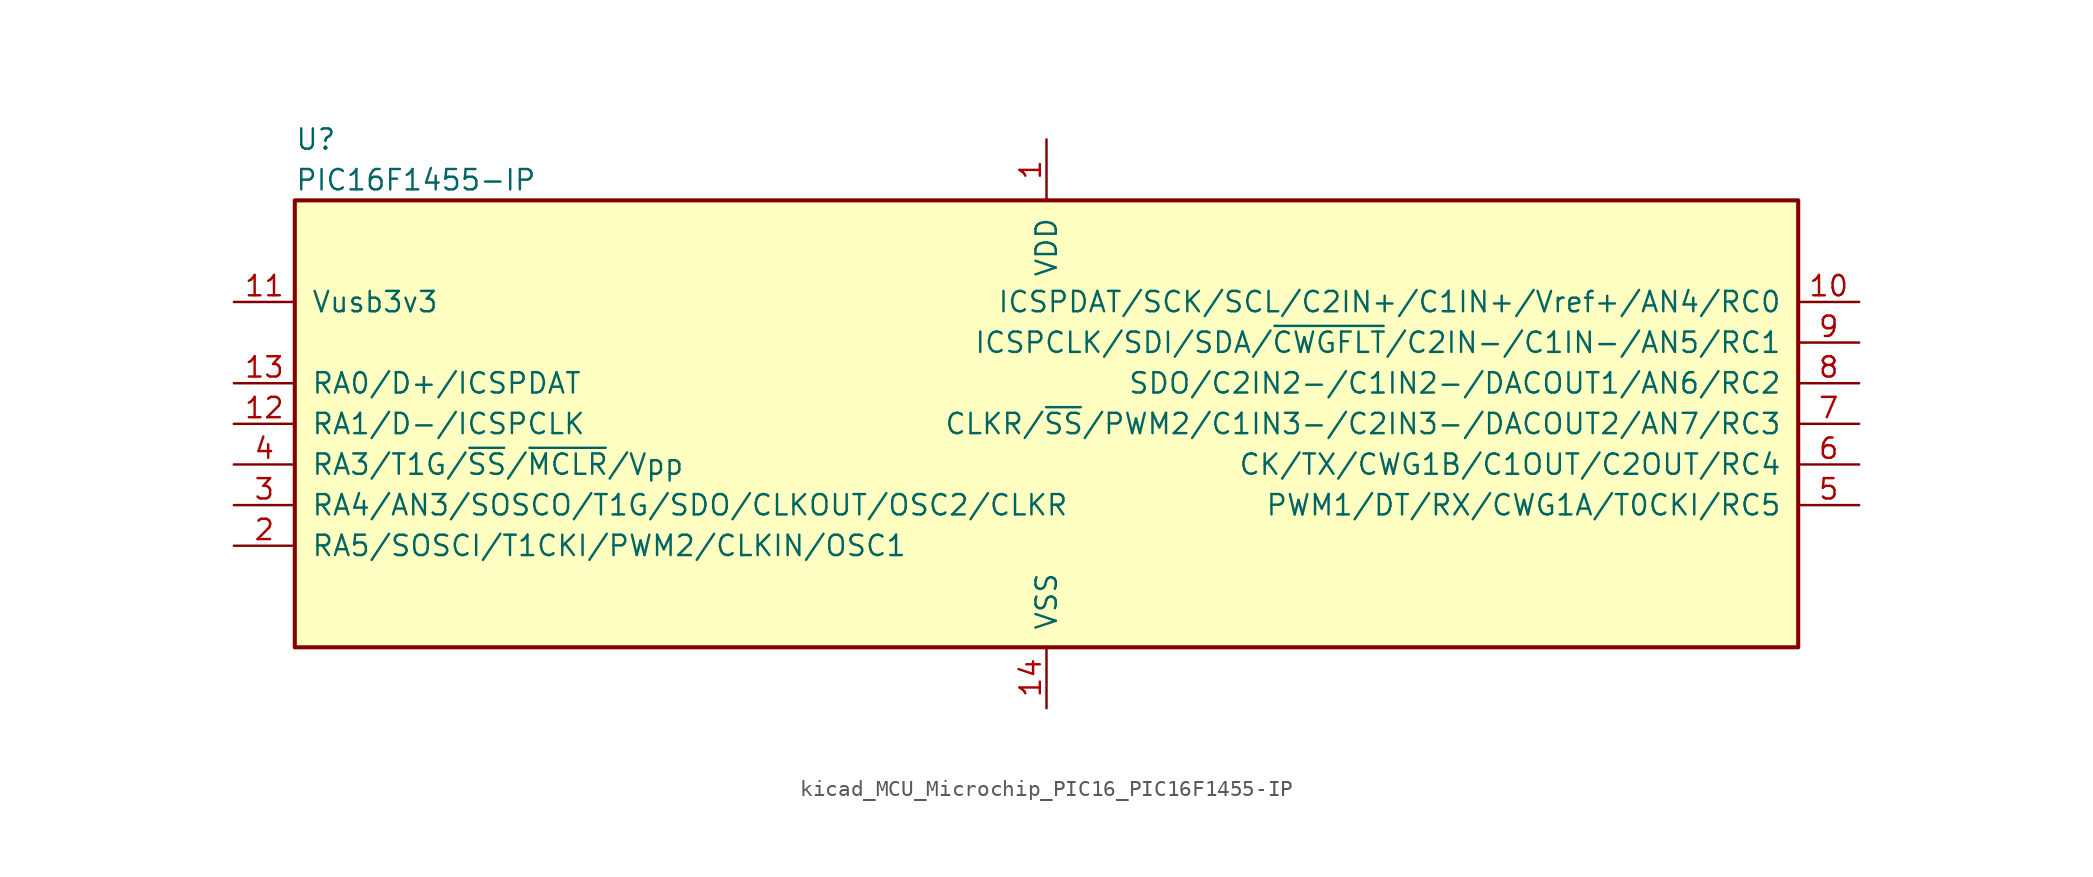
<source format=kicad_sym>
(kicad_symbol_lib
  (version 20220914)
  (generator kicad_symbol_editor)
  (symbol "kicad_MCU_Microchip_PIC16_PIC16F1455-IP"
    (pin_names
      (offset 1.016))
    (property "Reference" "U"
      (at -46.99 17.78 0)
      (effects (font (size 1.27 1.27)) (justify left)))
    (property "Value" "PIC16F1455-IP"
      (at -46.99 15.24 0)
      (effects (font (size 1.27 1.27)) (justify left)))
    (symbol "kicad_MCU_Microchip_PIC16_PIC16F1455-IP_0_1"
      (rectangle (start -46.99 13.97) (end 46.99 -13.97) (stroke (width 0.254) (type default)) (fill (type background))))
    (symbol "kicad_MCU_Microchip_PIC16_PIC16F1455-IP_1_1"
      (pin power_in line (at 0 17.78 270) (length 3.81) (name "VDD" (effects (font (size 1.27 1.27)))) (number "1" (effects (font (size 1.27 1.27)))))
      (pin bidirectional line (at 50.8 7.62 180) (length 3.81) (name "ICSPDAT/SCK/SCL/C2IN+/C1IN+/Vref+/AN4/RC0" (effects (font (size 1.27 1.27)))) (number "10" (effects (font (size 1.27 1.27)))))
      (pin bidirectional line (at -50.8 7.62 0) (length 3.81) (name "Vusb3v3" (effects (font (size 1.27 1.27)))) (number "11" (effects (font (size 1.27 1.27)))))
      (pin bidirectional line (at -50.8 0 0) (length 3.81) (name "RA1/D-/ICSPCLK" (effects (font (size 1.27 1.27)))) (number "12" (effects (font (size 1.27 1.27)))))
      (pin bidirectional line (at -50.8 2.54 0) (length 3.81) (name "RA0/D+/ICSPDAT" (effects (font (size 1.27 1.27)))) (number "13" (effects (font (size 1.27 1.27)))))
      (pin power_in line (at 0 -17.78 90) (length 3.81) (name "VSS" (effects (font (size 1.27 1.27)))) (number "14" (effects (font (size 1.27 1.27)))))
      (pin bidirectional line (at -50.8 -7.62 0) (length 3.81) (name "RA5/SOSCI/T1CKI/PWM2/CLKIN/OSC1" (effects (font (size 1.27 1.27)))) (number "2" (effects (font (size 1.27 1.27)))))
      (pin bidirectional line (at -50.8 -5.08 0) (length 3.81) (name "RA4/AN3/SOSCO/T1G/SDO/CLKOUT/OSC2/CLKR" (effects (font (size 1.27 1.27)))) (number "3" (effects (font (size 1.27 1.27)))))
      (pin input line (at -50.8 -2.54 0) (length 3.81) (name "RA3/T1G/~{SS}/~{MCLR}/Vpp" (effects (font (size 1.27 1.27)))) (number "4" (effects (font (size 1.27 1.27)))))
      (pin bidirectional line (at 50.8 -5.08 180) (length 3.81) (name "PWM1/DT/RX/CWG1A/T0CKI/RC5" (effects (font (size 1.27 1.27)))) (number "5" (effects (font (size 1.27 1.27)))))
      (pin bidirectional line (at 50.8 -2.54 180) (length 3.81) (name "CK/TX/CWG1B/C1OUT/C2OUT/RC4" (effects (font (size 1.27 1.27)))) (number "6" (effects (font (size 1.27 1.27)))))
      (pin bidirectional line (at 50.8 0 180) (length 3.81) (name "CLKR/~{SS}/PWM2/C1IN3-/C2IN3-/DACOUT2/AN7/RC3" (effects (font (size 1.27 1.27)))) (number "7" (effects (font (size 1.27 1.27)))))
      (pin bidirectional line (at 50.8 2.54 180) (length 3.81) (name "SDO/C2IN2-/C1IN2-/DACOUT1/AN6/RC2" (effects (font (size 1.27 1.27)))) (number "8" (effects (font (size 1.27 1.27)))))
      (pin bidirectional line (at 50.8 5.08 180) (length 3.81) (name "ICSPCLK/SDI/SDA/~{CWGFLT}/C2IN-/C1IN-/AN5/RC1" (effects (font (size 1.27 1.27)))) (number "9" (effects (font (size 1.27 1.27))))))))
</source>
